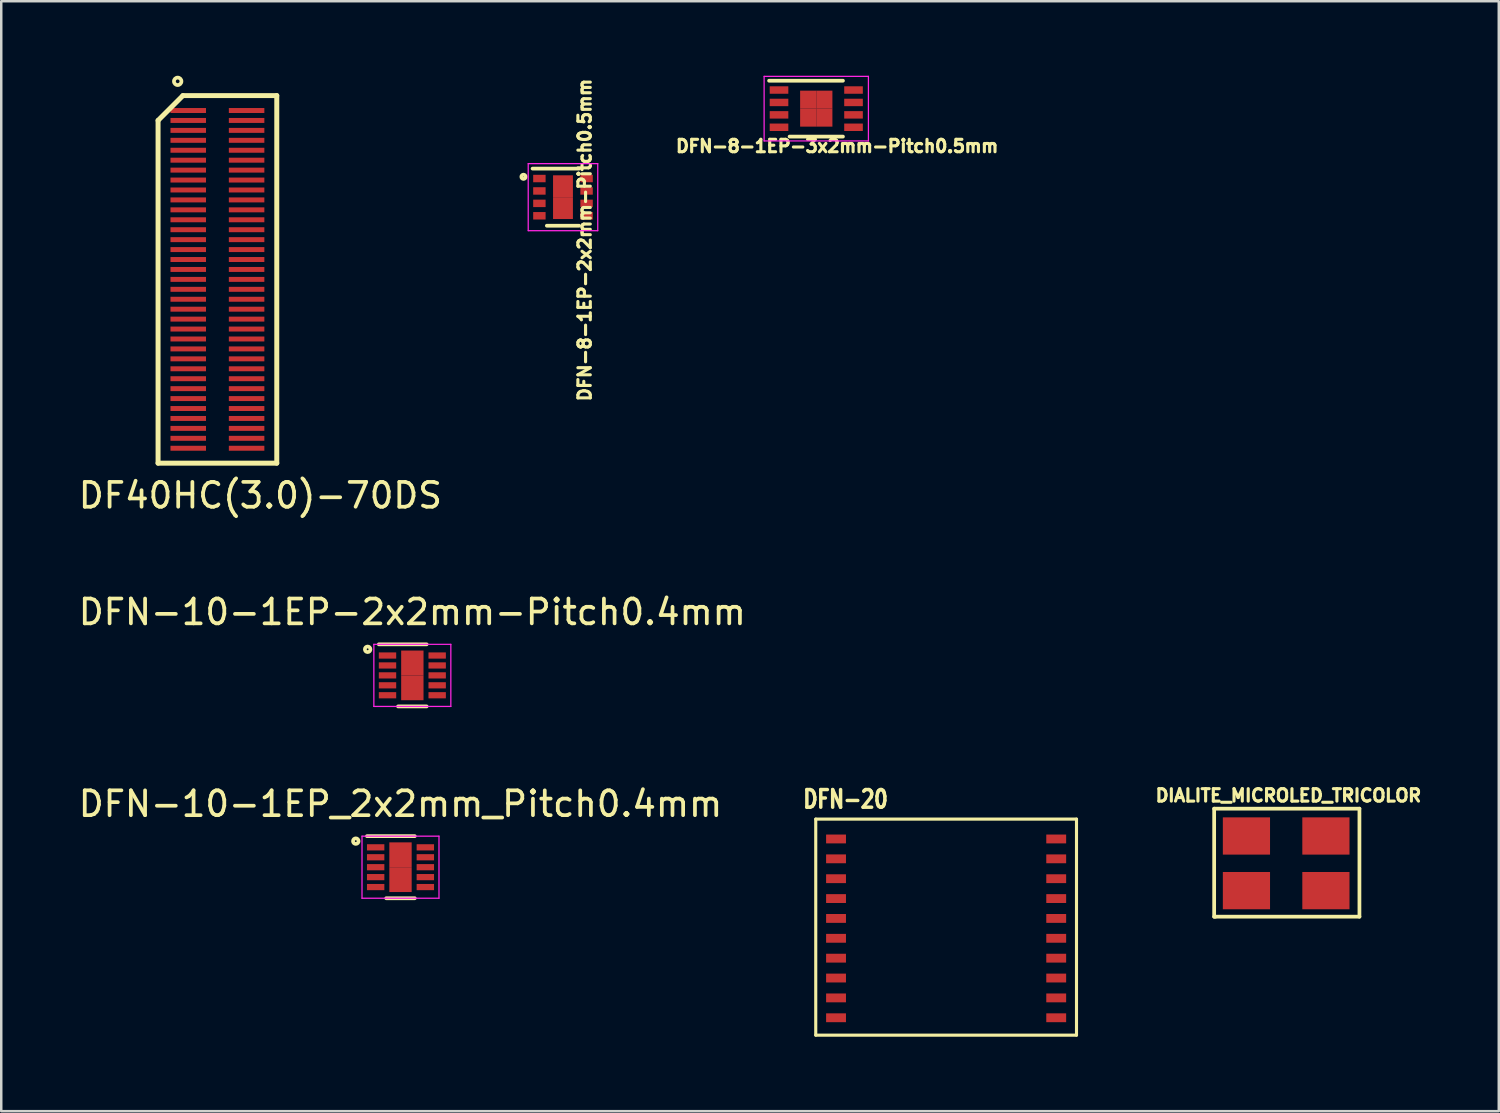
<source format=kicad_pcb>
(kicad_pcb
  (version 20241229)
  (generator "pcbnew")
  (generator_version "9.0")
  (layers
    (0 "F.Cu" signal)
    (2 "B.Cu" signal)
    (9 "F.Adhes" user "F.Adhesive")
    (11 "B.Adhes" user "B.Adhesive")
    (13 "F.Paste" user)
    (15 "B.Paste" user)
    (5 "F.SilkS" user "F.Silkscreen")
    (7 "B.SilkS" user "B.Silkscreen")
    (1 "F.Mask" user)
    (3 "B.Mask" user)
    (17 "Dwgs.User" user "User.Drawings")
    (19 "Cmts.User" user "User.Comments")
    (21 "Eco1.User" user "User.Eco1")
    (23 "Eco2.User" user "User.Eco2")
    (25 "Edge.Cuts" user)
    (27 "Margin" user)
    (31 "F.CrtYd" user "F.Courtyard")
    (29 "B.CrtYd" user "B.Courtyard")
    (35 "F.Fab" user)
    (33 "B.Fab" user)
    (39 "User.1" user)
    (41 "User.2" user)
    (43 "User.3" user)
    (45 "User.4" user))
  (footprint "DFN-20"
    (layer "F.Cu")
    (at 35.048 31.733)
    (property "Reference" "DFN-20" (at -4.05 -2.6 0) (layer "F.SilkS") (effects (font (size 0.711 0.559) (thickness 0.14))))
    (attr smd)
    (fp_line (start -5.25 -1.8) (end 5.25 -1.8) (stroke (width 0.125) (type solid)) (layer "F.SilkS"))
    (fp_line (start -5.25 6.9) (end -5.25 -1.8) (stroke (width 0.125) (type solid)) (layer "F.SilkS"))
    (fp_line (start 5.25 -1.8) (end 5.25 6.9) (stroke (width 0.125) (type solid)) (layer "F.SilkS"))
    (fp_line (start 5.25 6.9) (end -5.25 6.9) (stroke (width 0.125) (type solid)) (layer "F.SilkS"))
    (pad "1" smd rect (at -4.433 -1 90) (size 0.356 0.8) (layers "F.Cu" "F.Mask" "F.Paste"))
    (pad "2" smd rect (at -4.433 -0.2 90) (size 0.356 0.8) (layers "F.Cu" "F.Mask" "F.Paste"))
    (pad "3" smd rect (at -4.433 0.6 90) (size 0.356 0.8) (layers "F.Cu" "F.Mask" "F.Paste"))
    (pad "4" smd rect (at -4.433 1.4 90) (size 0.356 0.8) (layers "F.Cu" "F.Mask" "F.Paste"))
    (pad "5" smd rect (at -4.433 2.2 90) (size 0.356 0.8) (layers "F.Cu" "F.Mask" "F.Paste"))
    (pad "6" smd rect (at -4.433 3 90) (size 0.356 0.8) (layers "F.Cu" "F.Mask" "F.Paste"))
    (pad "7" smd rect (at -4.433 3.8 90) (size 0.356 0.8) (layers "F.Cu" "F.Mask" "F.Paste"))
    (pad "8" smd rect (at -4.433 4.6 90) (size 0.356 0.8) (layers "F.Cu" "F.Mask" "F.Paste"))
    (pad "9" smd rect (at -4.433 5.4 90) (size 0.356 0.8) (layers "F.Cu" "F.Mask" "F.Paste"))
    (pad "10" smd rect (at -4.433 6.2 90) (size 0.356 0.8) (layers "F.Cu" "F.Mask" "F.Paste"))
    (pad "11" smd rect (at 4.433 6.2 90) (size 0.356 0.8) (layers "F.Cu" "F.Mask" "F.Paste"))
    (pad "12" smd rect (at 4.433 5.4 90) (size 0.356 0.8) (layers "F.Cu" "F.Mask" "F.Paste"))
    (pad "13" smd rect (at 4.433 4.6 90) (size 0.356 0.8) (layers "F.Cu" "F.Mask" "F.Paste"))
    (pad "14" smd rect (at 4.433 3.8 90) (size 0.356 0.8) (layers "F.Cu" "F.Mask" "F.Paste"))
    (pad "15" smd rect (at 4.433 3 90) (size 0.356 0.8) (layers "F.Cu" "F.Mask" "F.Paste"))
    (pad "16" smd rect (at 4.433 2.2 90) (size 0.356 0.8) (layers "F.Cu" "F.Mask" "F.Paste"))
    (pad "17" smd rect (at 4.433 1.4 90) (size 0.356 0.8) (layers "F.Cu" "F.Mask" "F.Paste"))
    (pad "18" smd rect (at 4.433 0.6 90) (size 0.356 0.8) (layers "F.Cu" "F.Mask" "F.Paste"))
    (pad "19" smd rect (at 4.433 -0.2 90) (size 0.356 0.8) (layers "F.Cu" "F.Mask" "F.Paste"))
    (pad "20" smd rect (at 4.433 -1 90) (size 0.356 0.8) (layers "F.Cu" "F.Mask" "F.Paste")))
  (footprint "DFN-10-1EP-2x2mm-Pitch0.4mm"
    (layer "F.Cu")
    (at 13.554 24.146)
    (property "Reference" "DFN-10-1EP-2x2mm-Pitch0.4mm" (at 0 -2.55 0) (layer "F.SilkS") (effects (font (size 1 1) (thickness 0.15))))
    (attr smd)
    (fp_line (start -1.35 -1.25) (end 0.575 -1.25) (stroke (width 0.15) (type solid)) (layer "F.SilkS"))
    (fp_line (start -0.575 1.25) (end 0.575 1.25) (stroke (width 0.15) (type solid)) (layer "F.SilkS"))
    (fp_circle (center -1.8 -1.05) (end -1.9 -1.1) (stroke (width 0.15) (type solid)) (fill no) (layer "F.SilkS"))
    (fp_line (start -1.55 -1.25) (end -1.55 1.25) (stroke (width 0.05) (type solid)) (layer "F.CrtYd"))
    (fp_line (start -1.55 -1.25) (end 1.55 -1.25) (stroke (width 0.05) (type solid)) (layer "F.CrtYd"))
    (fp_line (start -1.55 1.25) (end 1.55 1.25) (stroke (width 0.05) (type solid)) (layer "F.CrtYd"))
    (fp_line (start 1.55 -1.25) (end 1.55 1.25) (stroke (width 0.05) (type solid)) (layer "F.CrtYd"))
    (pad "1" smd rect (at -1 -0.8) (size 0.7 0.25) (layers "F.Cu" "F.Mask" "F.Paste"))
    (pad "2" smd rect (at -1 -0.4) (size 0.7 0.25) (layers "F.Cu" "F.Mask" "F.Paste"))
    (pad "3" smd rect (at -1 0) (size 0.7 0.25) (layers "F.Cu" "F.Mask" "F.Paste"))
    (pad "4" smd rect (at -1 0.4) (size 0.7 0.25) (layers "F.Cu" "F.Mask" "F.Paste"))
    (pad "5" smd rect (at -1 0.8) (size 0.7 0.25) (layers "F.Cu" "F.Mask" "F.Paste"))
    (pad "6" smd rect (at 1 0.8) (size 0.7 0.25) (layers "F.Cu" "F.Mask" "F.Paste"))
    (pad "7" smd rect (at 1 0.4) (size 0.7 0.25) (layers "F.Cu" "F.Mask" "F.Paste"))
    (pad "8" smd rect (at 1 0) (size 0.7 0.25) (layers "F.Cu" "F.Mask" "F.Paste"))
    (pad "9" smd rect (at 1 -0.4) (size 0.7 0.25) (layers "F.Cu" "F.Mask" "F.Paste"))
    (pad "10" smd rect (at 1 -0.8) (size 0.7 0.25) (layers "F.Cu" "F.Mask" "F.Paste"))
    (pad "11" smd rect (at 0 -0.5) (size 0.9 1) (layers "F.Cu" "F.Mask" "F.Paste"))
    (pad "11" smd rect (at 0 0.5) (size 0.9 1) (layers "F.Cu" "F.Mask" "F.Paste")))
  (footprint "DFN-10-1EP_2x2mm_Pitch0.4mm"
    (layer "F.Cu")
    (at 13.077 31.87)
    (property "Reference" "DFN-10-1EP_2x2mm_Pitch0.4mm" (at 0 -2.55 0) (layer "F.SilkS") (effects (font (size 1 1) (thickness 0.15))))
    (attr smd)
    (fp_line (start -1.35 -1.25) (end 0.575 -1.25) (stroke (width 0.15) (type solid)) (layer "F.SilkS"))
    (fp_line (start -0.575 1.25) (end 0.575 1.25) (stroke (width 0.15) (type solid)) (layer "F.SilkS"))
    (fp_circle (center -1.8 -1.05) (end -1.9 -1.1) (stroke (width 0.15) (type solid)) (fill no) (layer "F.SilkS"))
    (fp_line (start -1.55 -1.25) (end -1.55 1.25) (stroke (width 0.05) (type solid)) (layer "F.CrtYd"))
    (fp_line (start -1.55 -1.25) (end 1.55 -1.25) (stroke (width 0.05) (type solid)) (layer "F.CrtYd"))
    (fp_line (start -1.55 1.25) (end 1.55 1.25) (stroke (width 0.05) (type solid)) (layer "F.CrtYd"))
    (fp_line (start 1.55 -1.25) (end 1.55 1.25) (stroke (width 0.05) (type solid)) (layer "F.CrtYd"))
    (pad "1" smd rect (at -1 -0.8) (size 0.7 0.25) (layers "F.Cu" "F.Mask" "F.Paste"))
    (pad "2" smd rect (at -1 -0.4) (size 0.7 0.25) (layers "F.Cu" "F.Mask" "F.Paste"))
    (pad "3" smd rect (at -1 0) (size 0.7 0.25) (layers "F.Cu" "F.Mask" "F.Paste"))
    (pad "4" smd rect (at -1 0.4) (size 0.7 0.25) (layers "F.Cu" "F.Mask" "F.Paste"))
    (pad "5" smd rect (at -1 0.8) (size 0.7 0.25) (layers "F.Cu" "F.Mask" "F.Paste"))
    (pad "6" smd rect (at 1 0.8) (size 0.7 0.25) (layers "F.Cu" "F.Mask" "F.Paste"))
    (pad "7" smd rect (at 1 0.4) (size 0.7 0.25) (layers "F.Cu" "F.Mask" "F.Paste"))
    (pad "8" smd rect (at 1 0) (size 0.7 0.25) (layers "F.Cu" "F.Mask" "F.Paste"))
    (pad "9" smd rect (at 1 -0.4) (size 0.7 0.25) (layers "F.Cu" "F.Mask" "F.Paste"))
    (pad "10" smd rect (at 1 -0.8) (size 0.7 0.25) (layers "F.Cu" "F.Mask" "F.Paste"))
    (pad "11" smd rect (at 0 -0.5) (size 0.9 1) (layers "F.Cu" "F.Mask" "F.Paste"))
    (pad "11" smd rect (at 0 0.5) (size 0.9 1) (layers "F.Cu" "F.Mask" "F.Paste")))
  (footprint "DFN-8-1EP-2x2mm-Pitch0.5mm"
    (layer "F.Cu")
    (at 19.62 4.889)
    (property "Reference" "DFN-8-1EP-2x2mm-Pitch0.5mm" (at 0.875 1.725 90) (layer "F.SilkS") (effects (font (size 0.5 0.5) (thickness 0.125))))
    (attr smd)
    (fp_line (start -1.225 -1.15) (end 0.65 -1.15) (stroke (width 0.15) (type solid)) (layer "F.SilkS"))
    (fp_line (start -0.65 1.15) (end 0.65 1.15) (stroke (width 0.15) (type solid)) (layer "F.SilkS"))
    (fp_circle (center -1.59 -0.82) (end -1.66 -0.87) (stroke (width 0.15) (type solid)) (fill no) (layer "F.SilkS"))
    (fp_line (start -1.4 -1.35) (end -1.4 1.35) (stroke (width 0.05) (type solid)) (layer "F.CrtYd"))
    (fp_line (start -1.4 -1.35) (end 1.4 -1.35) (stroke (width 0.05) (type solid)) (layer "F.CrtYd"))
    (fp_line (start -1.4 1.35) (end 1.4 1.35) (stroke (width 0.05) (type solid)) (layer "F.CrtYd"))
    (fp_line (start 1.4 -1.35) (end 1.4 1.35) (stroke (width 0.05) (type solid)) (layer "F.CrtYd"))
    (pad "1" smd rect (at -0.95 -0.75) (size 0.5 0.3) (layers "F.Cu" "F.Mask" "F.Paste"))
    (pad "2" smd rect (at -0.95 -0.25) (size 0.5 0.3) (layers "F.Cu" "F.Mask" "F.Paste"))
    (pad "3" smd rect (at -0.95 0.25) (size 0.5 0.3) (layers "F.Cu" "F.Mask" "F.Paste"))
    (pad "4" smd rect (at -0.95 0.75) (size 0.5 0.3) (layers "F.Cu" "F.Mask" "F.Paste"))
    (pad "5" smd rect (at 0.95 0.75) (size 0.5 0.3) (layers "F.Cu" "F.Mask" "F.Paste"))
    (pad "6" smd rect (at 0.95 0.25) (size 0.5 0.3) (layers "F.Cu" "F.Mask" "F.Paste"))
    (pad "7" smd rect (at 0.95 -0.25) (size 0.5 0.3) (layers "F.Cu" "F.Mask" "F.Paste"))
    (pad "8" smd rect (at 0.95 -0.75) (size 0.5 0.3) (layers "F.Cu" "F.Mask" "F.Paste"))
    (pad "9" smd rect (at 0 -0.44) (size 0.8 0.88) (layers "F.Cu" "F.Mask" "F.Paste"))
    (pad "9" smd rect (at 0 0.44) (size 0.8 0.88) (layers "F.Cu" "F.Mask" "F.Paste")))
  (footprint "DIALITE_MICROLED_TRICOLOR"
    (layer "F.Cu")
    (at 48.741 31.713)
    (property "Reference" "DIALITE_MICROLED_TRICOLOR" (at 0.09 -2.73 0) (layer "F.SilkS") (effects (font (size 0.5 0.5) (thickness 0.125))))
    (attr smd)
    (fp_line (start -2.9 -2.2) (end 2.95 -2.2) (stroke (width 0.15) (type solid)) (layer "F.SilkS"))
    (fp_line (start -2.9 2.15) (end -2.9 -2.2) (stroke (width 0.15) (type solid)) (layer "F.SilkS"))
    (fp_line (start -2.85 2.15) (end -2.9 2.15) (stroke (width 0.15) (type solid)) (layer "F.SilkS"))
    (fp_line (start 2.95 -2.2) (end 2.95 2.15) (stroke (width 0.15) (type solid)) (layer "F.SilkS"))
    (fp_line (start 2.95 2.15) (end -2.85 2.15) (stroke (width 0.15) (type solid)) (layer "F.SilkS"))
    (pad "1" smd rect (at -1.6 -1.1) (size 1.9 1.5) (layers "F.Cu" "F.Mask" "F.Paste"))
    (pad "2" smd rect (at 1.6 -1.1) (size 1.9 1.5) (layers "F.Cu" "F.Mask" "F.Paste"))
    (pad "3" smd rect (at -1.6 1.1) (size 1.9 1.5) (layers "F.Cu" "F.Mask" "F.Paste"))
    (pad "4" smd rect (at 1.6 1.1) (size 1.9 1.5) (layers "F.Cu" "F.Mask" "F.Paste")))
  (footprint "DF40HC(3.0)-70DS"
    (layer "F.Cu")
    (at 5.705 8.2)
    (property "Reference" "DF40HC(3.0)-70DS" (at 1.73 8.7 0) (layer "F.SilkS") (effects (font (size 1 1) (thickness 0.15))))
    (attr smd)
    (fp_line (start -2.39 -6.4) (end -2.39 7.4) (stroke (width 0.2) (type solid)) (layer "F.SilkS"))
    (fp_line (start -2.39 7.4) (end 2.39 7.4) (stroke (width 0.2) (type solid)) (layer "F.SilkS"))
    (fp_line (start -1.39 -7.4) (end -2.39 -6.4) (stroke (width 0.2) (type solid)) (layer "F.SilkS"))
    (fp_line (start 2.39 -7.4) (end -1.39 -7.4) (stroke (width 0.2) (type solid)) (layer "F.SilkS"))
    (fp_line (start 2.39 7.4) (end 2.39 -7.4) (stroke (width 0.2) (type solid)) (layer "F.SilkS"))
    (fp_circle (center -1.6 -7.975) (end -1.6 -7.825) (stroke (width 0.15) (type solid)) (fill no) (layer "F.SilkS"))
    (pad "1" smd rect (at -1.175 -6.8) (size 1.43 0.2) (layers "F.Cu" "F.Mask" "F.Paste"))
    (pad "2" smd rect (at 1.175 -6.8) (size 1.43 0.2) (layers "F.Cu" "F.Mask" "F.Paste"))
    (pad "3" smd rect (at -1.175 -6.4) (size 1.43 0.2) (layers "F.Cu" "F.Mask" "F.Paste"))
    (pad "4" smd rect (at 1.175 -6.4) (size 1.43 0.2) (layers "F.Cu" "F.Mask" "F.Paste"))
    (pad "5" smd rect (at -1.175 -6) (size 1.43 0.2) (layers "F.Cu" "F.Mask" "F.Paste"))
    (pad "6" smd rect (at 1.175 -6) (size 1.43 0.2) (layers "F.Cu" "F.Mask" "F.Paste"))
    (pad "7" smd rect (at -1.175 -5.6) (size 1.43 0.2) (layers "F.Cu" "F.Mask" "F.Paste"))
    (pad "8" smd rect (at 1.175 -5.6) (size 1.43 0.2) (layers "F.Cu" "F.Mask" "F.Paste"))
    (pad "9" smd rect (at -1.175 -5.2) (size 1.43 0.2) (layers "F.Cu" "F.Mask" "F.Paste"))
    (pad "10" smd rect (at 1.175 -5.2) (size 1.43 0.2) (layers "F.Cu" "F.Mask" "F.Paste"))
    (pad "11" smd rect (at -1.175 -4.8) (size 1.43 0.2) (layers "F.Cu" "F.Mask" "F.Paste"))
    (pad "12" smd rect (at 1.175 -4.8) (size 1.43 0.2) (layers "F.Cu" "F.Mask" "F.Paste"))
    (pad "13" smd rect (at -1.175 -4.4) (size 1.43 0.2) (layers "F.Cu" "F.Mask" "F.Paste"))
    (pad "14" smd rect (at 1.175 -4.4) (size 1.43 0.2) (layers "F.Cu" "F.Mask" "F.Paste"))
    (pad "15" smd rect (at -1.175 -4) (size 1.43 0.2) (layers "F.Cu" "F.Mask" "F.Paste"))
    (pad "16" smd rect (at 1.175 -4) (size 1.43 0.2) (layers "F.Cu" "F.Mask" "F.Paste"))
    (pad "17" smd rect (at -1.175 -3.6) (size 1.43 0.2) (layers "F.Cu" "F.Mask" "F.Paste"))
    (pad "18" smd rect (at 1.175 -3.6) (size 1.43 0.2) (layers "F.Cu" "F.Mask" "F.Paste"))
    (pad "19" smd rect (at -1.175 -3.2) (size 1.43 0.2) (layers "F.Cu" "F.Mask" "F.Paste"))
    (pad "20" smd rect (at 1.175 -3.2) (size 1.43 0.2) (layers "F.Cu" "F.Mask" "F.Paste"))
    (pad "21" smd rect (at -1.175 -2.8) (size 1.43 0.2) (layers "F.Cu" "F.Mask" "F.Paste"))
    (pad "22" smd rect (at 1.175 -2.8) (size 1.43 0.2) (layers "F.Cu" "F.Mask" "F.Paste"))
    (pad "23" smd rect (at -1.175 -2.4) (size 1.43 0.2) (layers "F.Cu" "F.Mask" "F.Paste"))
    (pad "24" smd rect (at 1.175 -2.4) (size 1.43 0.2) (layers "F.Cu" "F.Mask" "F.Paste"))
    (pad "25" smd rect (at -1.175 -2) (size 1.43 0.2) (layers "F.Cu" "F.Mask" "F.Paste"))
    (pad "26" smd rect (at 1.175 -2) (size 1.43 0.2) (layers "F.Cu" "F.Mask" "F.Paste"))
    (pad "27" smd rect (at -1.175 -1.6) (size 1.43 0.2) (layers "F.Cu" "F.Mask" "F.Paste"))
    (pad "28" smd rect (at 1.175 -1.6) (size 1.43 0.2) (layers "F.Cu" "F.Mask" "F.Paste"))
    (pad "29" smd rect (at -1.175 -1.2) (size 1.43 0.2) (layers "F.Cu" "F.Mask" "F.Paste"))
    (pad "30" smd rect (at 1.175 -1.2) (size 1.43 0.2) (layers "F.Cu" "F.Mask" "F.Paste"))
    (pad "31" smd rect (at -1.175 -0.8) (size 1.43 0.2) (layers "F.Cu" "F.Mask" "F.Paste"))
    (pad "32" smd rect (at 1.175 -0.8) (size 1.43 0.2) (layers "F.Cu" "F.Mask" "F.Paste"))
    (pad "33" smd rect (at -1.175 -0.4) (size 1.43 0.2) (layers "F.Cu" "F.Mask" "F.Paste"))
    (pad "34" smd rect (at 1.175 -0.4) (size 1.43 0.2) (layers "F.Cu" "F.Mask" "F.Paste"))
    (pad "35" smd rect (at -1.175 0) (size 1.43 0.2) (layers "F.Cu" "F.Mask" "F.Paste"))
    (pad "36" smd rect (at 1.175 0) (size 1.43 0.2) (layers "F.Cu" "F.Mask" "F.Paste"))
    (pad "37" smd rect (at -1.175 0.4) (size 1.43 0.2) (layers "F.Cu" "F.Mask" "F.Paste"))
    (pad "38" smd rect (at 1.175 0.4) (size 1.43 0.2) (layers "F.Cu" "F.Mask" "F.Paste"))
    (pad "39" smd rect (at -1.175 0.8) (size 1.43 0.2) (layers "F.Cu" "F.Mask" "F.Paste"))
    (pad "40" smd rect (at 1.175 0.8) (size 1.43 0.2) (layers "F.Cu" "F.Mask" "F.Paste"))
    (pad "41" smd rect (at -1.175 1.2) (size 1.43 0.2) (layers "F.Cu" "F.Mask" "F.Paste"))
    (pad "42" smd rect (at 1.175 1.2) (size 1.43 0.2) (layers "F.Cu" "F.Mask" "F.Paste"))
    (pad "43" smd rect (at -1.175 1.6) (size 1.43 0.2) (layers "F.Cu" "F.Mask" "F.Paste"))
    (pad "44" smd rect (at 1.175 1.6) (size 1.43 0.2) (layers "F.Cu" "F.Mask" "F.Paste"))
    (pad "45" smd rect (at -1.175 2) (size 1.43 0.2) (layers "F.Cu" "F.Mask" "F.Paste"))
    (pad "46" smd rect (at 1.175 2) (size 1.43 0.2) (layers "F.Cu" "F.Mask" "F.Paste"))
    (pad "47" smd rect (at -1.175 2.4) (size 1.43 0.2) (layers "F.Cu" "F.Mask" "F.Paste"))
    (pad "48" smd rect (at 1.175 2.4) (size 1.43 0.2) (layers "F.Cu" "F.Mask" "F.Paste"))
    (pad "49" smd rect (at -1.175 2.8) (size 1.43 0.2) (layers "F.Cu" "F.Mask" "F.Paste"))
    (pad "50" smd rect (at 1.175 2.8) (size 1.43 0.2) (layers "F.Cu" "F.Mask" "F.Paste"))
    (pad "51" smd rect (at -1.175 3.2) (size 1.43 0.2) (layers "F.Cu" "F.Mask" "F.Paste"))
    (pad "52" smd rect (at 1.175 3.2) (size 1.43 0.2) (layers "F.Cu" "F.Mask" "F.Paste"))
    (pad "53" smd rect (at -1.175 3.6) (size 1.43 0.2) (layers "F.Cu" "F.Mask" "F.Paste"))
    (pad "54" smd rect (at 1.175 3.6) (size 1.43 0.2) (layers "F.Cu" "F.Mask" "F.Paste"))
    (pad "55" smd rect (at -1.175 4) (size 1.43 0.2) (layers "F.Cu" "F.Mask" "F.Paste"))
    (pad "56" smd rect (at 1.175 4) (size 1.43 0.2) (layers "F.Cu" "F.Mask" "F.Paste"))
    (pad "57" smd rect (at -1.175 4.4) (size 1.43 0.2) (layers "F.Cu" "F.Mask" "F.Paste"))
    (pad "58" smd rect (at 1.175 4.4) (size 1.43 0.2) (layers "F.Cu" "F.Mask" "F.Paste"))
    (pad "59" smd rect (at -1.175 4.8) (size 1.43 0.2) (layers "F.Cu" "F.Mask" "F.Paste"))
    (pad "60" smd rect (at 1.175 4.8) (size 1.43 0.2) (layers "F.Cu" "F.Mask" "F.Paste"))
    (pad "61" smd rect (at -1.175 5.2) (size 1.43 0.2) (layers "F.Cu" "F.Mask" "F.Paste"))
    (pad "62" smd rect (at 1.175 5.2) (size 1.43 0.2) (layers "F.Cu" "F.Mask" "F.Paste"))
    (pad "63" smd rect (at -1.175 5.6) (size 1.43 0.2) (layers "F.Cu" "F.Mask" "F.Paste"))
    (pad "64" smd rect (at 1.175 5.6) (size 1.43 0.2) (layers "F.Cu" "F.Mask" "F.Paste"))
    (pad "65" smd rect (at -1.175 6) (size 1.43 0.2) (layers "F.Cu" "F.Mask" "F.Paste"))
    (pad "66" smd rect (at 1.175 6) (size 1.43 0.2) (layers "F.Cu" "F.Mask" "F.Paste"))
    (pad "67" smd rect (at -1.175 6.4) (size 1.43 0.2) (layers "F.Cu" "F.Mask" "F.Paste"))
    (pad "68" smd rect (at 1.175 6.4) (size 1.43 0.2) (layers "F.Cu" "F.Mask" "F.Paste"))
    (pad "69" smd rect (at -1.175 6.8) (size 1.43 0.2) (layers "F.Cu" "F.Mask" "F.Paste"))
    (pad "70" smd rect (at 1.175 6.8) (size 1.43 0.2) (layers "F.Cu" "F.Mask" "F.Paste")))
  (footprint "DFN-8-1EP-3x2mm-Pitch0.5mm"
    (layer "F.Cu")
    (at 29.819 1.325)
    (property "Reference" "DFN-8-1EP-3x2mm-Pitch0.5mm" (at 0.84 1.51 0) (layer "F.SilkS") (effects (font (size 0.5 0.5) (thickness 0.125))))
    (attr smd)
    (fp_line (start -1.9 -1.125) (end 1.075 -1.125) (stroke (width 0.15) (type solid)) (layer "F.SilkS"))
    (fp_line (start -1.075 1.125) (end 1.075 1.125) (stroke (width 0.15) (type solid)) (layer "F.SilkS"))
    (fp_line (start -2.1 -1.3) (end -2.1 1.3) (stroke (width 0.05) (type solid)) (layer "F.CrtYd"))
    (fp_line (start -2.1 -1.3) (end 2.1 -1.3) (stroke (width 0.05) (type solid)) (layer "F.CrtYd"))
    (fp_line (start -2.1 1.3) (end 2.1 1.3) (stroke (width 0.05) (type solid)) (layer "F.CrtYd"))
    (fp_line (start 2.1 -1.3) (end 2.1 1.3) (stroke (width 0.05) (type solid)) (layer "F.CrtYd"))
    (pad "1" smd rect (at -1.5 -0.75) (size 0.75 0.3) (layers "F.Cu" "F.Mask" "F.Paste"))
    (pad "2" smd rect (at -1.5 -0.25) (size 0.75 0.3) (layers "F.Cu" "F.Mask" "F.Paste"))
    (pad "3" smd rect (at -1.5 0.25) (size 0.75 0.3) (layers "F.Cu" "F.Mask" "F.Paste"))
    (pad "4" smd rect (at -1.5 0.75) (size 0.75 0.3) (layers "F.Cu" "F.Mask" "F.Paste"))
    (pad "5" smd rect (at 1.5 0.75) (size 0.75 0.3) (layers "F.Cu" "F.Mask" "F.Paste"))
    (pad "6" smd rect (at 1.5 0.25) (size 0.75 0.3) (layers "F.Cu" "F.Mask" "F.Paste"))
    (pad "7" smd rect (at 1.5 -0.25) (size 0.75 0.3) (layers "F.Cu" "F.Mask" "F.Paste"))
    (pad "8" smd rect (at 1.5 -0.75) (size 0.75 0.3) (layers "F.Cu" "F.Mask" "F.Paste"))
    (pad "9" smd rect (at -0.325 -0.362) (size 0.65 0.725) (layers "F.Cu" "F.Mask" "F.Paste"))
    (pad "9" smd rect (at -0.325 0.362) (size 0.65 0.725) (layers "F.Cu" "F.Mask" "F.Paste"))
    (pad "9" smd rect (at 0.325 -0.362) (size 0.65 0.725) (layers "F.Cu" "F.Mask" "F.Paste"))
    (pad "9" smd rect (at 0.325 0.362) (size 0.65 0.725) (layers "F.Cu" "F.Mask" "F.Paste")))
  (gr_rect
    (start -3 -3)
    (end 57.302 41.695)
    (stroke (width 0.1) (type default))
    (fill no)
    (layer "Edge.Cuts")))
</source>
